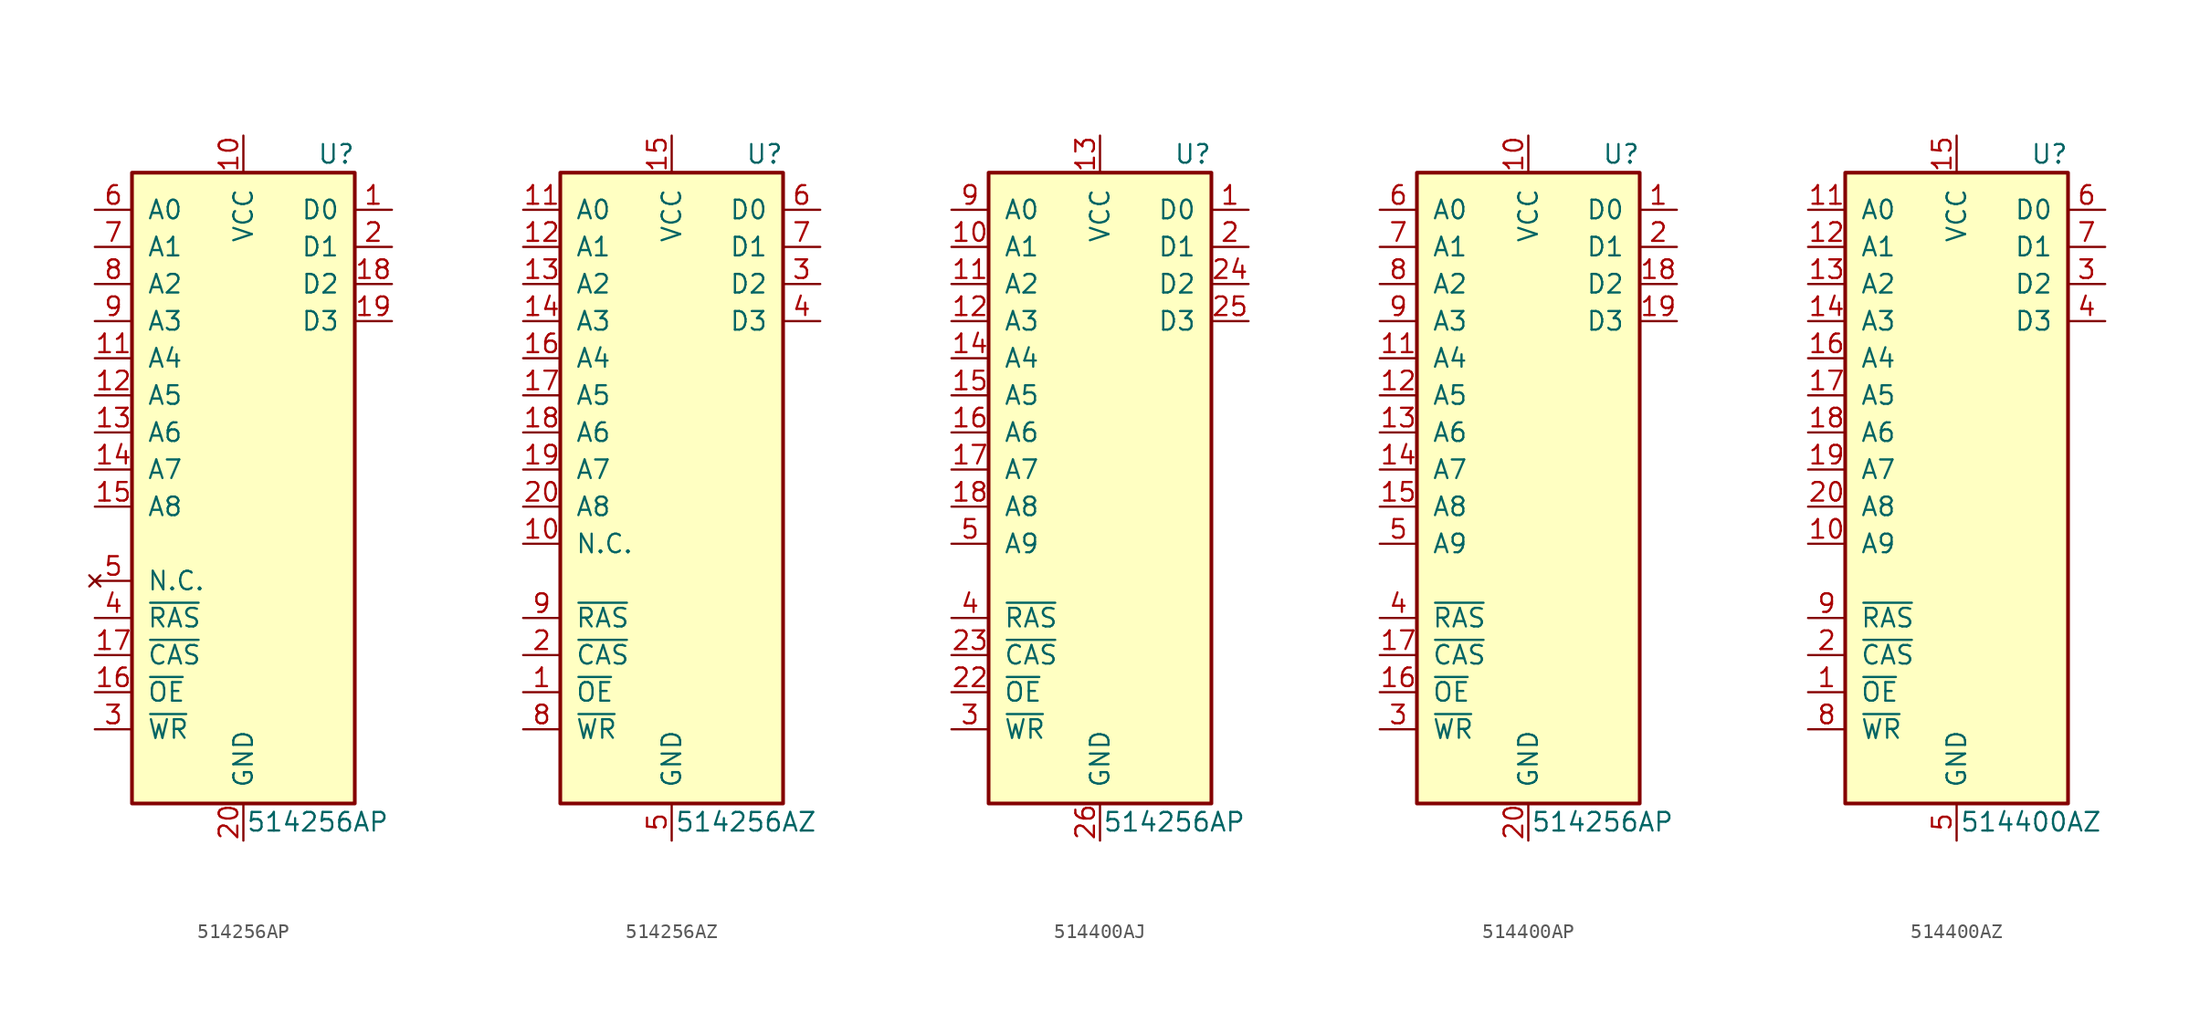
<source format=kicad_sym>
(kicad_symbol_lib
  (version 20241209)
  (generator "kicad_symbol_editor")
  (generator_version "9.0")
  (symbol "514256AP"
    (pin_names
      (offset 1.016))
    (property "Reference" "U"
      (at 6.35 26.67 0)
      (effects (font (size 1.27 1.27))))
    (property "Value" "514256AP"
      (at 5.08 -19.05 0)
      (effects (font (size 1.27 1.27))))
    (symbol "514256AP_1_1"
      (rectangle (start -7.62 25.4) (end 7.62 -17.78) (stroke (width 0.254) (type default)) (fill (type background)))
      (pin input line (at -10.16 22.86 0) (length 2.54) (name "A0" (effects (font (size 1.27 1.27)))) (number "6" (effects (font (size 1.27 1.27)))))
      (pin input line (at -10.16 20.32 0) (length 2.54) (name "A1" (effects (font (size 1.27 1.27)))) (number "7" (effects (font (size 1.27 1.27)))))
      (pin input line (at -10.16 17.78 0) (length 2.54) (name "A2" (effects (font (size 1.27 1.27)))) (number "8" (effects (font (size 1.27 1.27)))))
      (pin input line (at -10.16 15.24 0) (length 2.54) (name "A3" (effects (font (size 1.27 1.27)))) (number "9" (effects (font (size 1.27 1.27)))))
      (pin input line (at -10.16 12.7 0) (length 2.54) (name "A4" (effects (font (size 1.27 1.27)))) (number "11" (effects (font (size 1.27 1.27)))))
      (pin input line (at -10.16 10.16 0) (length 2.54) (name "A5" (effects (font (size 1.27 1.27)))) (number "12" (effects (font (size 1.27 1.27)))))
      (pin input line (at -10.16 7.62 0) (length 2.54) (name "A6" (effects (font (size 1.27 1.27)))) (number "13" (effects (font (size 1.27 1.27)))))
      (pin input line (at -10.16 5.08 0) (length 2.54) (name "A7" (effects (font (size 1.27 1.27)))) (number "14" (effects (font (size 1.27 1.27)))))
      (pin input line (at -10.16 2.54 0) (length 2.54) (name "A8" (effects (font (size 1.27 1.27)))) (number "15" (effects (font (size 1.27 1.27)))))
      (pin no_connect line (at -10.16 -2.54 0) (length 2.54) (name "N.C." (effects (font (size 1.27 1.27)))) (number "5" (effects (font (size 1.27 1.27)))))
      (pin input line (at -10.16 -5.08 0) (length 2.54) (name "~{RAS}" (effects (font (size 1.27 1.27)))) (number "4" (effects (font (size 1.27 1.27)))))
      (pin input line (at -10.16 -7.62 0) (length 2.54) (name "~{CAS}" (effects (font (size 1.27 1.27)))) (number "17" (effects (font (size 1.27 1.27)))))
      (pin input line (at -10.16 -10.16 0) (length 2.54) (name "~{OE}" (effects (font (size 1.27 1.27)))) (number "16" (effects (font (size 1.27 1.27)))))
      (pin input line (at -10.16 -12.7 0) (length 2.54) (name "~{WR}" (effects (font (size 1.27 1.27)))) (number "3" (effects (font (size 1.27 1.27)))))
      (pin power_in line (at 0 27.94 270) (length 2.54) (name "VCC" (effects (font (size 1.27 1.27)))) (number "10" (effects (font (size 1.27 1.27)))))
      (pin power_in line (at 0 -20.32 90) (length 2.54) (name "GND" (effects (font (size 1.27 1.27)))) (number "20" (effects (font (size 1.27 1.27)))))
      (pin tri_state line (at 10.16 22.86 180) (length 2.54) (name "D0" (effects (font (size 1.27 1.27)))) (number "1" (effects (font (size 1.27 1.27)))))
      (pin tri_state line (at 10.16 20.32 180) (length 2.54) (name "D1" (effects (font (size 1.27 1.27)))) (number "2" (effects (font (size 1.27 1.27)))))
      (pin tri_state line (at 10.16 17.78 180) (length 2.54) (name "D2" (effects (font (size 1.27 1.27)))) (number "18" (effects (font (size 1.27 1.27)))))
      (pin tri_state line (at 10.16 15.24 180) (length 2.54) (name "D3" (effects (font (size 1.27 1.27)))) (number "19" (effects (font (size 1.27 1.27)))))))
  (symbol "514256AZ"
    (pin_names
      (offset 1.016))
    (property "Reference" "U"
      (at 6.35 26.67 0)
      (effects (font (size 1.27 1.27))))
    (property "Value" "514256AZ"
      (at 5.08 -19.05 0)
      (effects (font (size 1.27 1.27))))
    (symbol "514256AZ_1_1"
      (rectangle (start -7.62 25.4) (end 7.62 -17.78) (stroke (width 0.254) (type default)) (fill (type background)))
      (pin input line (at -10.16 22.86 0) (length 2.54) (name "A0" (effects (font (size 1.27 1.27)))) (number "11" (effects (font (size 1.27 1.27)))))
      (pin input line (at -10.16 20.32 0) (length 2.54) (name "A1" (effects (font (size 1.27 1.27)))) (number "12" (effects (font (size 1.27 1.27)))))
      (pin input line (at -10.16 17.78 0) (length 2.54) (name "A2" (effects (font (size 1.27 1.27)))) (number "13" (effects (font (size 1.27 1.27)))))
      (pin input line (at -10.16 15.24 0) (length 2.54) (name "A3" (effects (font (size 1.27 1.27)))) (number "14" (effects (font (size 1.27 1.27)))))
      (pin input line (at -10.16 12.7 0) (length 2.54) (name "A4" (effects (font (size 1.27 1.27)))) (number "16" (effects (font (size 1.27 1.27)))))
      (pin input line (at -10.16 10.16 0) (length 2.54) (name "A5" (effects (font (size 1.27 1.27)))) (number "17" (effects (font (size 1.27 1.27)))))
      (pin input line (at -10.16 7.62 0) (length 2.54) (name "A6" (effects (font (size 1.27 1.27)))) (number "18" (effects (font (size 1.27 1.27)))))
      (pin input line (at -10.16 5.08 0) (length 2.54) (name "A7" (effects (font (size 1.27 1.27)))) (number "19" (effects (font (size 1.27 1.27)))))
      (pin input line (at -10.16 2.54 0) (length 2.54) (name "A8" (effects (font (size 1.27 1.27)))) (number "20" (effects (font (size 1.27 1.27)))))
      (pin input line (at -10.16 0 0) (length 2.54) (name "N.C." (effects (font (size 1.27 1.27)))) (number "10" (effects (font (size 1.27 1.27)))))
      (pin input line (at -10.16 -5.08 0) (length 2.54) (name "~{RAS}" (effects (font (size 1.27 1.27)))) (number "9" (effects (font (size 1.27 1.27)))))
      (pin input line (at -10.16 -7.62 0) (length 2.54) (name "~{CAS}" (effects (font (size 1.27 1.27)))) (number "2" (effects (font (size 1.27 1.27)))))
      (pin input line (at -10.16 -10.16 0) (length 2.54) (name "~{OE}" (effects (font (size 1.27 1.27)))) (number "1" (effects (font (size 1.27 1.27)))))
      (pin input line (at -10.16 -12.7 0) (length 2.54) (name "~{WR}" (effects (font (size 1.27 1.27)))) (number "8" (effects (font (size 1.27 1.27)))))
      (pin power_in line (at 0 27.94 270) (length 2.54) (name "VCC" (effects (font (size 1.27 1.27)))) (number "15" (effects (font (size 1.27 1.27)))))
      (pin power_in line (at 0 -20.32 90) (length 2.54) (name "GND" (effects (font (size 1.27 1.27)))) (number "5" (effects (font (size 1.27 1.27)))))
      (pin tri_state line (at 10.16 22.86 180) (length 2.54) (name "D0" (effects (font (size 1.27 1.27)))) (number "6" (effects (font (size 1.27 1.27)))))
      (pin tri_state line (at 10.16 20.32 180) (length 2.54) (name "D1" (effects (font (size 1.27 1.27)))) (number "7" (effects (font (size 1.27 1.27)))))
      (pin tri_state line (at 10.16 17.78 180) (length 2.54) (name "D2" (effects (font (size 1.27 1.27)))) (number "3" (effects (font (size 1.27 1.27)))))
      (pin tri_state line (at 10.16 15.24 180) (length 2.54) (name "D3" (effects (font (size 1.27 1.27)))) (number "4" (effects (font (size 1.27 1.27)))))))
  (symbol "514400AJ"
    (pin_names
      (offset 1.016))
    (property "Reference" "U"
      (at 6.35 26.67 0)
      (effects (font (size 1.27 1.27))))
    (property "Value" "514256AP"
      (at 5.08 -19.05 0)
      (effects (font (size 1.27 1.27))))
    (symbol "514400AJ_1_1"
      (rectangle (start -7.62 25.4) (end 7.62 -17.78) (stroke (width 0.254) (type default)) (fill (type background)))
      (pin input line (at -10.16 22.86 0) (length 2.54) (name "A0" (effects (font (size 1.27 1.27)))) (number "9" (effects (font (size 1.27 1.27)))))
      (pin input line (at -10.16 20.32 0) (length 2.54) (name "A1" (effects (font (size 1.27 1.27)))) (number "10" (effects (font (size 1.27 1.27)))))
      (pin input line (at -10.16 17.78 0) (length 2.54) (name "A2" (effects (font (size 1.27 1.27)))) (number "11" (effects (font (size 1.27 1.27)))))
      (pin input line (at -10.16 15.24 0) (length 2.54) (name "A3" (effects (font (size 1.27 1.27)))) (number "12" (effects (font (size 1.27 1.27)))))
      (pin input line (at -10.16 12.7 0) (length 2.54) (name "A4" (effects (font (size 1.27 1.27)))) (number "14" (effects (font (size 1.27 1.27)))))
      (pin input line (at -10.16 10.16 0) (length 2.54) (name "A5" (effects (font (size 1.27 1.27)))) (number "15" (effects (font (size 1.27 1.27)))))
      (pin input line (at -10.16 7.62 0) (length 2.54) (name "A6" (effects (font (size 1.27 1.27)))) (number "16" (effects (font (size 1.27 1.27)))))
      (pin input line (at -10.16 5.08 0) (length 2.54) (name "A7" (effects (font (size 1.27 1.27)))) (number "17" (effects (font (size 1.27 1.27)))))
      (pin input line (at -10.16 2.54 0) (length 2.54) (name "A8" (effects (font (size 1.27 1.27)))) (number "18" (effects (font (size 1.27 1.27)))))
      (pin input line (at -10.16 0 0) (length 2.54) (name "A9" (effects (font (size 1.27 1.27)))) (number "5" (effects (font (size 1.27 1.27)))))
      (pin input line (at -10.16 -5.08 0) (length 2.54) (name "~{RAS}" (effects (font (size 1.27 1.27)))) (number "4" (effects (font (size 1.27 1.27)))))
      (pin input line (at -10.16 -7.62 0) (length 2.54) (name "~{CAS}" (effects (font (size 1.27 1.27)))) (number "23" (effects (font (size 1.27 1.27)))))
      (pin input line (at -10.16 -10.16 0) (length 2.54) (name "~{OE}" (effects (font (size 1.27 1.27)))) (number "22" (effects (font (size 1.27 1.27)))))
      (pin input line (at -10.16 -12.7 0) (length 2.54) (name "~{WR}" (effects (font (size 1.27 1.27)))) (number "3" (effects (font (size 1.27 1.27)))))
      (pin power_in line (at 0 27.94 270) (length 2.54) (name "VCC" (effects (font (size 1.27 1.27)))) (number "13" (effects (font (size 1.27 1.27)))))
      (pin power_in line (at 0 -20.32 90) (length 2.54) (name "GND" (effects (font (size 1.27 1.27)))) (number "26" (effects (font (size 1.27 1.27)))))
      (pin tri_state line (at 10.16 22.86 180) (length 2.54) (name "D0" (effects (font (size 1.27 1.27)))) (number "1" (effects (font (size 1.27 1.27)))))
      (pin tri_state line (at 10.16 20.32 180) (length 2.54) (name "D1" (effects (font (size 1.27 1.27)))) (number "2" (effects (font (size 1.27 1.27)))))
      (pin tri_state line (at 10.16 17.78 180) (length 2.54) (name "D2" (effects (font (size 1.27 1.27)))) (number "24" (effects (font (size 1.27 1.27)))))
      (pin tri_state line (at 10.16 15.24 180) (length 2.54) (name "D3" (effects (font (size 1.27 1.27)))) (number "25" (effects (font (size 1.27 1.27)))))))
  (symbol "514400AP"
    (pin_names
      (offset 1.016))
    (property "Reference" "U"
      (at 6.35 26.67 0)
      (effects (font (size 1.27 1.27))))
    (property "Value" "514256AP"
      (at 5.08 -19.05 0)
      (effects (font (size 1.27 1.27))))
    (symbol "514400AP_1_1"
      (rectangle (start -7.62 25.4) (end 7.62 -17.78) (stroke (width 0.254) (type default)) (fill (type background)))
      (pin input line (at -10.16 22.86 0) (length 2.54) (name "A0" (effects (font (size 1.27 1.27)))) (number "6" (effects (font (size 1.27 1.27)))))
      (pin input line (at -10.16 20.32 0) (length 2.54) (name "A1" (effects (font (size 1.27 1.27)))) (number "7" (effects (font (size 1.27 1.27)))))
      (pin input line (at -10.16 17.78 0) (length 2.54) (name "A2" (effects (font (size 1.27 1.27)))) (number "8" (effects (font (size 1.27 1.27)))))
      (pin input line (at -10.16 15.24 0) (length 2.54) (name "A3" (effects (font (size 1.27 1.27)))) (number "9" (effects (font (size 1.27 1.27)))))
      (pin input line (at -10.16 12.7 0) (length 2.54) (name "A4" (effects (font (size 1.27 1.27)))) (number "11" (effects (font (size 1.27 1.27)))))
      (pin input line (at -10.16 10.16 0) (length 2.54) (name "A5" (effects (font (size 1.27 1.27)))) (number "12" (effects (font (size 1.27 1.27)))))
      (pin input line (at -10.16 7.62 0) (length 2.54) (name "A6" (effects (font (size 1.27 1.27)))) (number "13" (effects (font (size 1.27 1.27)))))
      (pin input line (at -10.16 5.08 0) (length 2.54) (name "A7" (effects (font (size 1.27 1.27)))) (number "14" (effects (font (size 1.27 1.27)))))
      (pin input line (at -10.16 2.54 0) (length 2.54) (name "A8" (effects (font (size 1.27 1.27)))) (number "15" (effects (font (size 1.27 1.27)))))
      (pin input line (at -10.16 0 0) (length 2.54) (name "A9" (effects (font (size 1.27 1.27)))) (number "5" (effects (font (size 1.27 1.27)))))
      (pin input line (at -10.16 -5.08 0) (length 2.54) (name "~{RAS}" (effects (font (size 1.27 1.27)))) (number "4" (effects (font (size 1.27 1.27)))))
      (pin input line (at -10.16 -7.62 0) (length 2.54) (name "~{CAS}" (effects (font (size 1.27 1.27)))) (number "17" (effects (font (size 1.27 1.27)))))
      (pin input line (at -10.16 -10.16 0) (length 2.54) (name "~{OE}" (effects (font (size 1.27 1.27)))) (number "16" (effects (font (size 1.27 1.27)))))
      (pin input line (at -10.16 -12.7 0) (length 2.54) (name "~{WR}" (effects (font (size 1.27 1.27)))) (number "3" (effects (font (size 1.27 1.27)))))
      (pin power_in line (at 0 27.94 270) (length 2.54) (name "VCC" (effects (font (size 1.27 1.27)))) (number "10" (effects (font (size 1.27 1.27)))))
      (pin power_in line (at 0 -20.32 90) (length 2.54) (name "GND" (effects (font (size 1.27 1.27)))) (number "20" (effects (font (size 1.27 1.27)))))
      (pin tri_state line (at 10.16 22.86 180) (length 2.54) (name "D0" (effects (font (size 1.27 1.27)))) (number "1" (effects (font (size 1.27 1.27)))))
      (pin tri_state line (at 10.16 20.32 180) (length 2.54) (name "D1" (effects (font (size 1.27 1.27)))) (number "2" (effects (font (size 1.27 1.27)))))
      (pin tri_state line (at 10.16 17.78 180) (length 2.54) (name "D2" (effects (font (size 1.27 1.27)))) (number "18" (effects (font (size 1.27 1.27)))))
      (pin tri_state line (at 10.16 15.24 180) (length 2.54) (name "D3" (effects (font (size 1.27 1.27)))) (number "19" (effects (font (size 1.27 1.27)))))))
  (symbol "514400AZ"
    (pin_names
      (offset 1.016))
    (property "Reference" "U"
      (at 6.35 26.67 0)
      (effects (font (size 1.27 1.27))))
    (property "Value" "514400AZ"
      (at 5.08 -19.05 0)
      (effects (font (size 1.27 1.27))))
    (symbol "514400AZ_1_1"
      (rectangle (start -7.62 25.4) (end 7.62 -17.78) (stroke (width 0.254) (type default)) (fill (type background)))
      (pin input line (at -10.16 22.86 0) (length 2.54) (name "A0" (effects (font (size 1.27 1.27)))) (number "11" (effects (font (size 1.27 1.27)))))
      (pin input line (at -10.16 20.32 0) (length 2.54) (name "A1" (effects (font (size 1.27 1.27)))) (number "12" (effects (font (size 1.27 1.27)))))
      (pin input line (at -10.16 17.78 0) (length 2.54) (name "A2" (effects (font (size 1.27 1.27)))) (number "13" (effects (font (size 1.27 1.27)))))
      (pin input line (at -10.16 15.24 0) (length 2.54) (name "A3" (effects (font (size 1.27 1.27)))) (number "14" (effects (font (size 1.27 1.27)))))
      (pin input line (at -10.16 12.7 0) (length 2.54) (name "A4" (effects (font (size 1.27 1.27)))) (number "16" (effects (font (size 1.27 1.27)))))
      (pin input line (at -10.16 10.16 0) (length 2.54) (name "A5" (effects (font (size 1.27 1.27)))) (number "17" (effects (font (size 1.27 1.27)))))
      (pin input line (at -10.16 7.62 0) (length 2.54) (name "A6" (effects (font (size 1.27 1.27)))) (number "18" (effects (font (size 1.27 1.27)))))
      (pin input line (at -10.16 5.08 0) (length 2.54) (name "A7" (effects (font (size 1.27 1.27)))) (number "19" (effects (font (size 1.27 1.27)))))
      (pin input line (at -10.16 2.54 0) (length 2.54) (name "A8" (effects (font (size 1.27 1.27)))) (number "20" (effects (font (size 1.27 1.27)))))
      (pin input line (at -10.16 0 0) (length 2.54) (name "A9" (effects (font (size 1.27 1.27)))) (number "10" (effects (font (size 1.27 1.27)))))
      (pin input line (at -10.16 -5.08 0) (length 2.54) (name "~{RAS}" (effects (font (size 1.27 1.27)))) (number "9" (effects (font (size 1.27 1.27)))))
      (pin input line (at -10.16 -7.62 0) (length 2.54) (name "~{CAS}" (effects (font (size 1.27 1.27)))) (number "2" (effects (font (size 1.27 1.27)))))
      (pin input line (at -10.16 -10.16 0) (length 2.54) (name "~{OE}" (effects (font (size 1.27 1.27)))) (number "1" (effects (font (size 1.27 1.27)))))
      (pin input line (at -10.16 -12.7 0) (length 2.54) (name "~{WR}" (effects (font (size 1.27 1.27)))) (number "8" (effects (font (size 1.27 1.27)))))
      (pin power_in line (at 0 27.94 270) (length 2.54) (name "VCC" (effects (font (size 1.27 1.27)))) (number "15" (effects (font (size 1.27 1.27)))))
      (pin power_in line (at 0 -20.32 90) (length 2.54) (name "GND" (effects (font (size 1.27 1.27)))) (number "5" (effects (font (size 1.27 1.27)))))
      (pin tri_state line (at 10.16 22.86 180) (length 2.54) (name "D0" (effects (font (size 1.27 1.27)))) (number "6" (effects (font (size 1.27 1.27)))))
      (pin tri_state line (at 10.16 20.32 180) (length 2.54) (name "D1" (effects (font (size 1.27 1.27)))) (number "7" (effects (font (size 1.27 1.27)))))
      (pin tri_state line (at 10.16 17.78 180) (length 2.54) (name "D2" (effects (font (size 1.27 1.27)))) (number "3" (effects (font (size 1.27 1.27)))))
      (pin tri_state line (at 10.16 15.24 180) (length 2.54) (name "D3" (effects (font (size 1.27 1.27)))) (number "4" (effects (font (size 1.27 1.27))))))))
</source>
